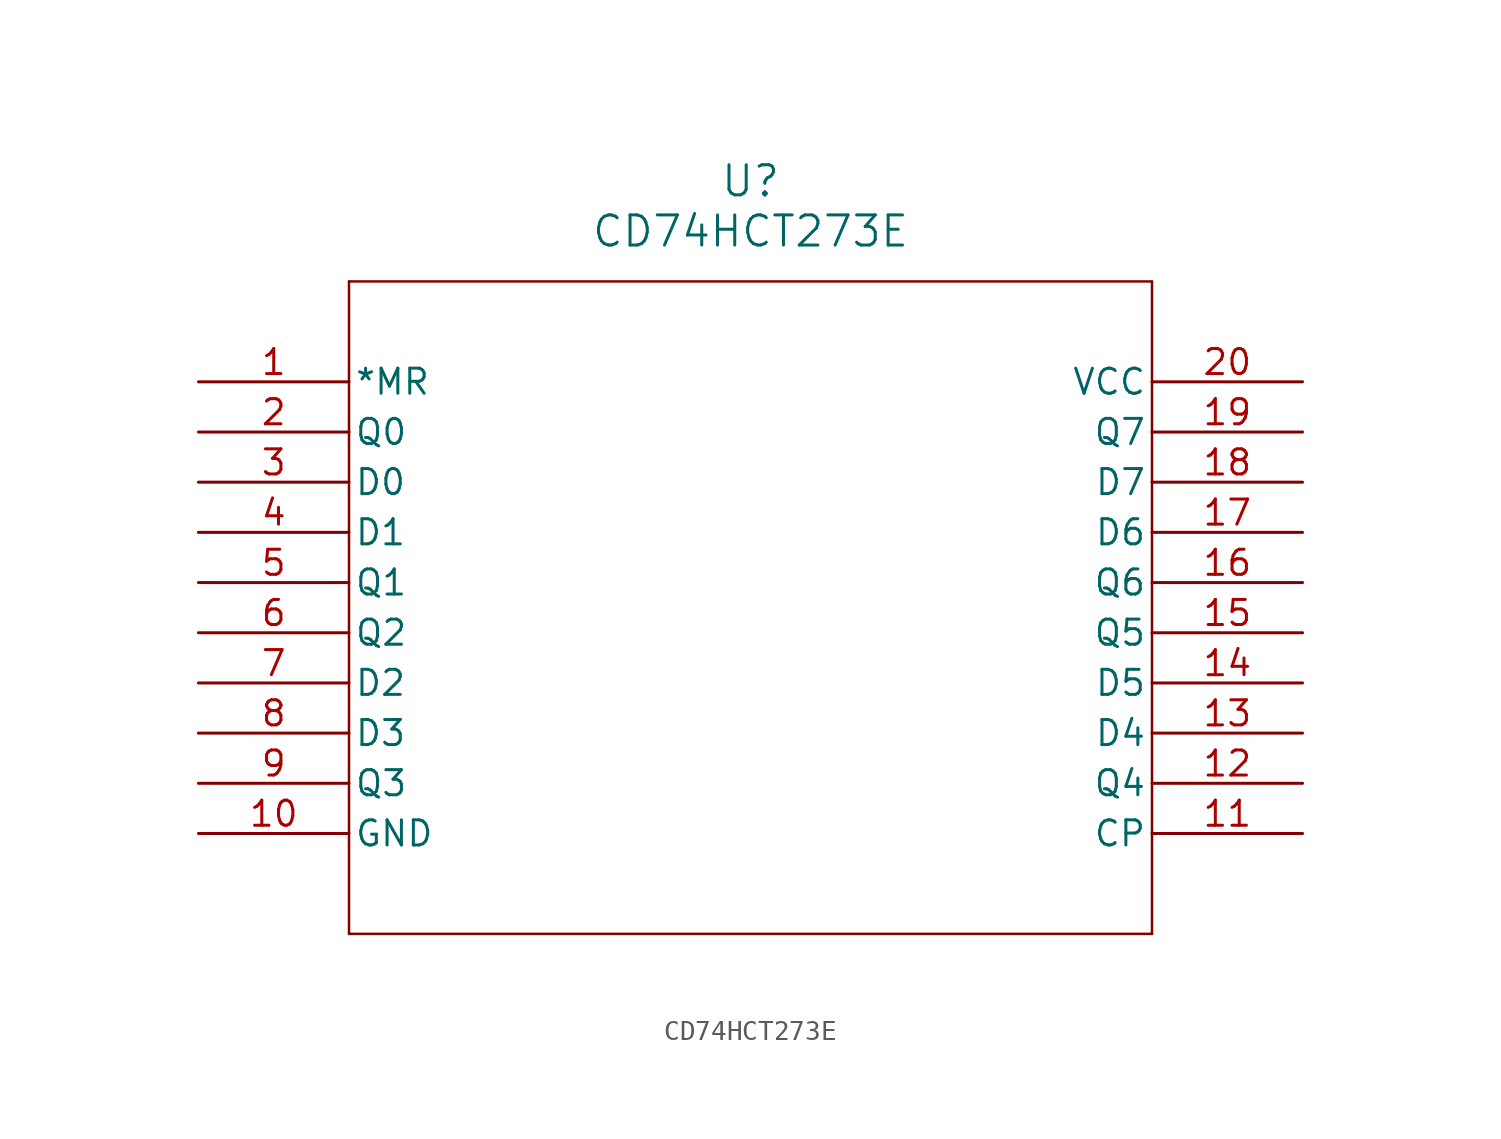
<source format=kicad_sym>
(kicad_symbol_lib
  (version 20211014)
  (generator kicad_symbol_editor)
  (symbol "CD74HCT273E"
    (pin_names
      (offset 0.254))
    (property "Reference" "U"
      (at 27.94 10.16 0)
      (effects (font (size 1.524 1.524))))
    (property "Value" "CD74HCT273E"
      (at 27.94 7.62 0)
      (effects (font (size 1.524 1.524))))
    (symbol "CD74HCT273E_0_1"
      (polyline (pts (xy 7.62 5.08) (xy 7.62 -27.94)) (stroke (width 0.127) (type default) (color 0 0 0 0)) (fill (type none)))
      (polyline (pts (xy 7.62 -27.94) (xy 48.26 -27.94)) (stroke (width 0.127) (type default) (color 0 0 0 0)) (fill (type none)))
      (polyline (pts (xy 48.26 -27.94) (xy 48.26 5.08)) (stroke (width 0.127) (type default) (color 0 0 0 0)) (fill (type none)))
      (polyline (pts (xy 48.26 5.08) (xy 7.62 5.08)) (stroke (width 0.127) (type default) (color 0 0 0 0)) (fill (type none)))
      (pin input line (at 0 0 0) (length 7.62) (name "*MR" (effects (font (size 1.27 1.27)))) (number "1" (effects (font (size 1.27 1.27)))))
      (pin output line (at 0 -2.54 0) (length 7.62) (name "Q0" (effects (font (size 1.27 1.27)))) (number "2" (effects (font (size 1.27 1.27)))))
      (pin input line (at 0 -5.08 0) (length 7.62) (name "D0" (effects (font (size 1.27 1.27)))) (number "3" (effects (font (size 1.27 1.27)))))
      (pin input line (at 0 -7.62 0) (length 7.62) (name "D1" (effects (font (size 1.27 1.27)))) (number "4" (effects (font (size 1.27 1.27)))))
      (pin output line (at 0 -10.16 0) (length 7.62) (name "Q1" (effects (font (size 1.27 1.27)))) (number "5" (effects (font (size 1.27 1.27)))))
      (pin output line (at 0 -12.7 0) (length 7.62) (name "Q2" (effects (font (size 1.27 1.27)))) (number "6" (effects (font (size 1.27 1.27)))))
      (pin input line (at 0 -15.24 0) (length 7.62) (name "D2" (effects (font (size 1.27 1.27)))) (number "7" (effects (font (size 1.27 1.27)))))
      (pin input line (at 0 -17.78 0) (length 7.62) (name "D3" (effects (font (size 1.27 1.27)))) (number "8" (effects (font (size 1.27 1.27)))))
      (pin output line (at 0 -20.32 0) (length 7.62) (name "Q3" (effects (font (size 1.27 1.27)))) (number "9" (effects (font (size 1.27 1.27)))))
      (pin power_in line (at 0 -22.86 0) (length 7.62) (name "GND" (effects (font (size 1.27 1.27)))) (number "10" (effects (font (size 1.27 1.27)))))
      (pin input line (at 55.88 -22.86 180) (length 7.62) (name "CP" (effects (font (size 1.27 1.27)))) (number "11" (effects (font (size 1.27 1.27)))))
      (pin output line (at 55.88 -20.32 180) (length 7.62) (name "Q4" (effects (font (size 1.27 1.27)))) (number "12" (effects (font (size 1.27 1.27)))))
      (pin input line (at 55.88 -17.78 180) (length 7.62) (name "D4" (effects (font (size 1.27 1.27)))) (number "13" (effects (font (size 1.27 1.27)))))
      (pin input line (at 55.88 -15.24 180) (length 7.62) (name "D5" (effects (font (size 1.27 1.27)))) (number "14" (effects (font (size 1.27 1.27)))))
      (pin output line (at 55.88 -12.7 180) (length 7.62) (name "Q5" (effects (font (size 1.27 1.27)))) (number "15" (effects (font (size 1.27 1.27)))))
      (pin output line (at 55.88 -10.16 180) (length 7.62) (name "Q6" (effects (font (size 1.27 1.27)))) (number "16" (effects (font (size 1.27 1.27)))))
      (pin input line (at 55.88 -7.62 180) (length 7.62) (name "D6" (effects (font (size 1.27 1.27)))) (number "17" (effects (font (size 1.27 1.27)))))
      (pin input line (at 55.88 -5.08 180) (length 7.62) (name "D7" (effects (font (size 1.27 1.27)))) (number "18" (effects (font (size 1.27 1.27)))))
      (pin output line (at 55.88 -2.54 180) (length 7.62) (name "Q7" (effects (font (size 1.27 1.27)))) (number "19" (effects (font (size 1.27 1.27)))))
      (pin power_in line (at 55.88 0 180) (length 7.62) (name "VCC" (effects (font (size 1.27 1.27)))) (number "20" (effects (font (size 1.27 1.27))))))))
</source>
